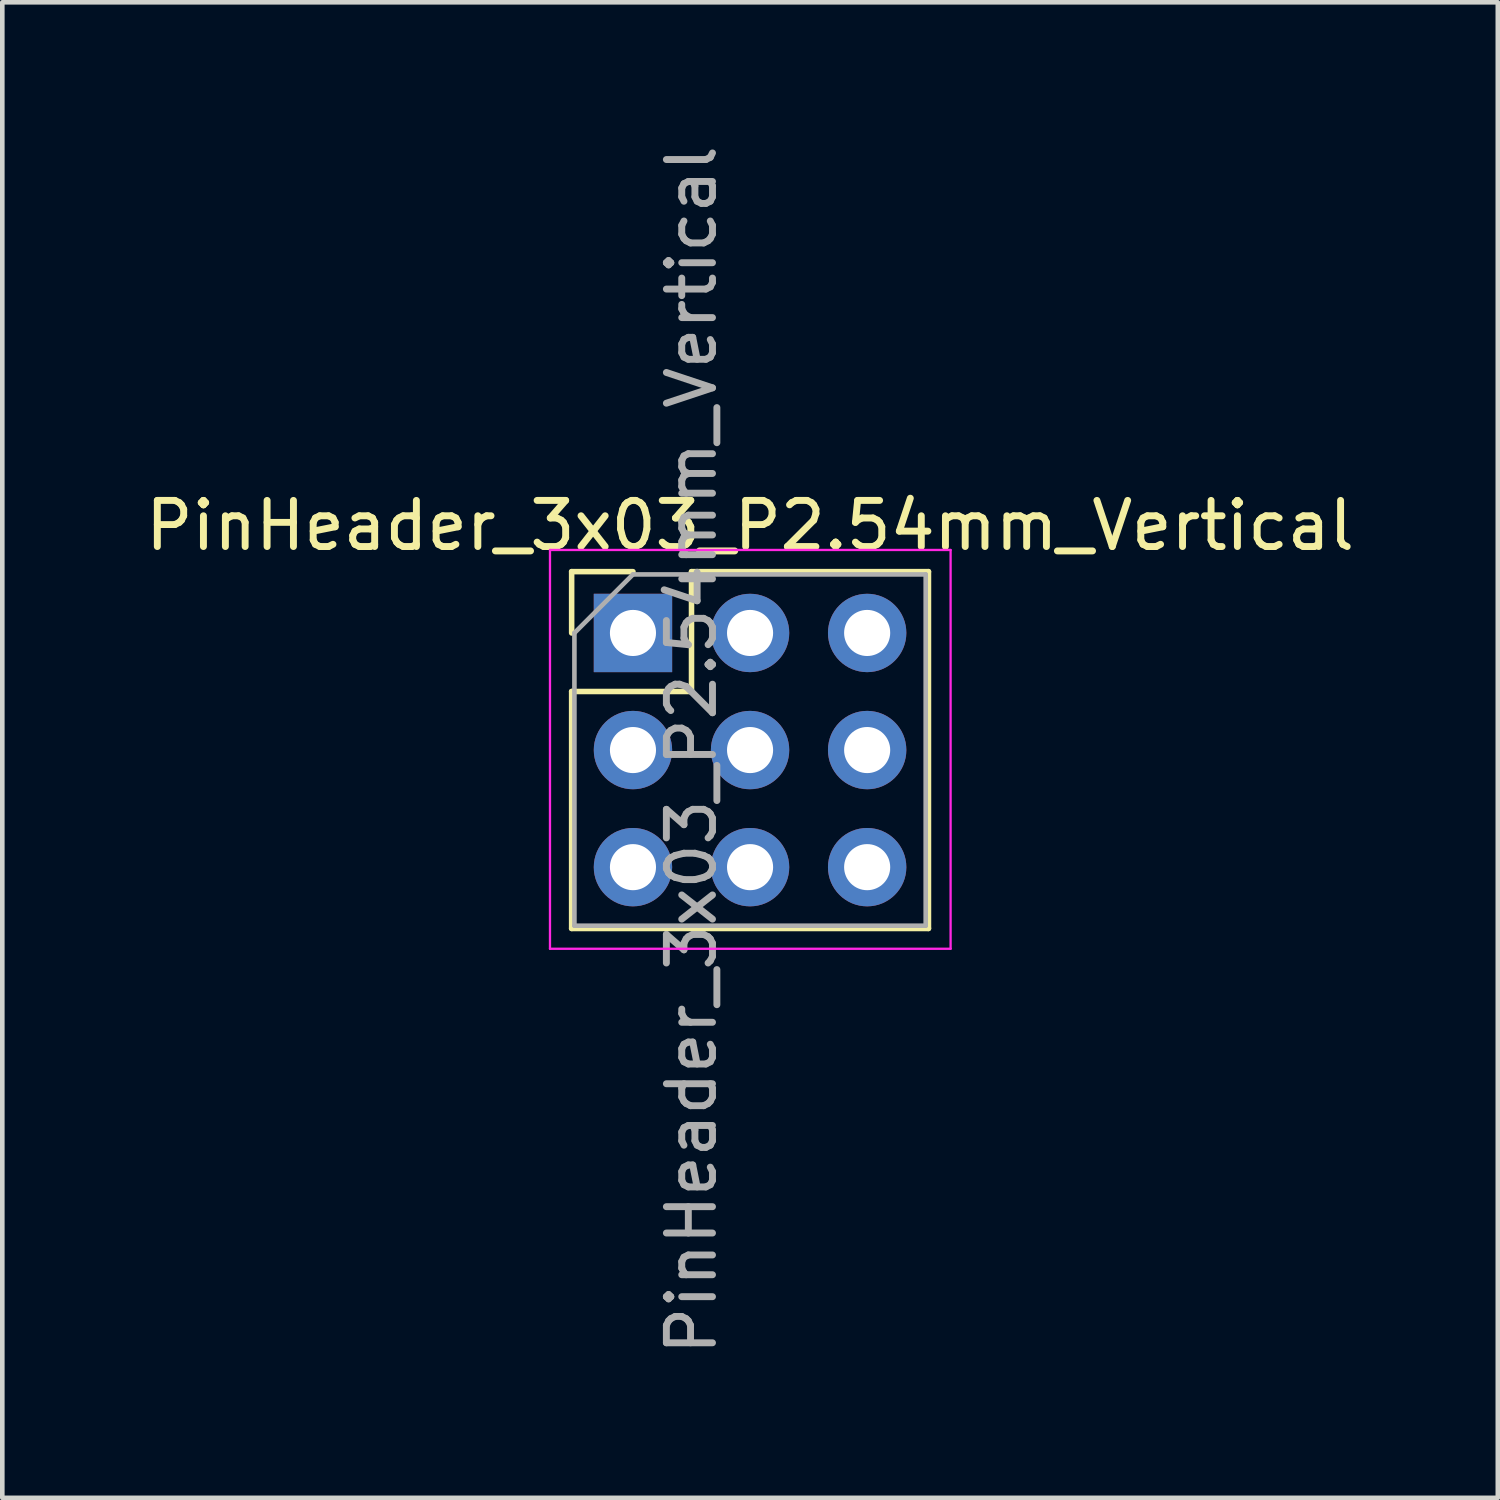
<source format=kicad_pcb>
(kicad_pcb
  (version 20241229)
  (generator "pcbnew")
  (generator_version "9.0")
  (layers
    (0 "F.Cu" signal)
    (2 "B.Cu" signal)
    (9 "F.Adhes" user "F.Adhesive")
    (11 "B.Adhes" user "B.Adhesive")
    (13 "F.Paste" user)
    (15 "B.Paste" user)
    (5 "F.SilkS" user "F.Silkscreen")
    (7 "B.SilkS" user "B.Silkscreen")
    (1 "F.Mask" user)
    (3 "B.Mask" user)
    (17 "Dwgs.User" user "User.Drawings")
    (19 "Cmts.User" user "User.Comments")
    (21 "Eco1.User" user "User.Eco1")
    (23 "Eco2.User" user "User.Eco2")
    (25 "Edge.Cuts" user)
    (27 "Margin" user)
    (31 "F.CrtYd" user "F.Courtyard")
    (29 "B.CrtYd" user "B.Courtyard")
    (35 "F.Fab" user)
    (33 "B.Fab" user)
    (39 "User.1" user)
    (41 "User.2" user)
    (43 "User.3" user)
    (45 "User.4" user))
  (footprint "PinHeader_3x03_P2.54mm_Vertical"
    (layer "F.Cu")
    (at 10.68 10.68)
    (property "Reference" "PinHeader_3x03_P2.54mm_Vertical" (at 2.54 -2.33 0) (layer "F.SilkS") (effects (font (size 1 1) (thickness 0.15))))
    (attr through_hole)
    (fp_line (start -1.33 -1.33) (end 0 -1.33) (stroke (width 0.12) (type solid)) (layer "F.SilkS"))
    (fp_line (start -1.33 0) (end -1.33 -1.33) (stroke (width 0.12) (type solid)) (layer "F.SilkS"))
    (fp_line (start -1.33 1.27) (end -1.33 6.41) (stroke (width 0.12) (type solid)) (layer "F.SilkS"))
    (fp_line (start -1.33 1.27) (end 1.27 1.27) (stroke (width 0.12) (type solid)) (layer "F.SilkS"))
    (fp_line (start -1.33 6.41) (end 6.41 6.41) (stroke (width 0.12) (type solid)) (layer "F.SilkS"))
    (fp_line (start 1.27 -1.33) (end 6.41 -1.33) (stroke (width 0.12) (type solid)) (layer "F.SilkS"))
    (fp_line (start 1.27 1.27) (end 1.27 -1.33) (stroke (width 0.12) (type solid)) (layer "F.SilkS"))
    (fp_line (start 6.41 -1.33) (end 6.41 6.41) (stroke (width 0.12) (type solid)) (layer "F.SilkS"))
    (fp_line (start -1.8 -1.8) (end -1.8 6.85) (stroke (width 0.05) (type solid)) (layer "F.CrtYd"))
    (fp_line (start -1.8 6.85) (end 6.89 6.85) (stroke (width 0.05) (type solid)) (layer "F.CrtYd"))
    (fp_line (start 6.89 -1.8) (end -1.8 -1.8) (stroke (width 0.05) (type solid)) (layer "F.CrtYd"))
    (fp_line (start 6.89 6.85) (end 6.89 -1.8) (stroke (width 0.05) (type solid)) (layer "F.CrtYd"))
    (fp_line (start -1.27 0) (end 0 -1.27) (stroke (width 0.1) (type solid)) (layer "F.Fab"))
    (fp_line (start -1.27 6.35) (end -1.27 0) (stroke (width 0.1) (type solid)) (layer "F.Fab"))
    (fp_line (start 0 -1.27) (end 6.35 -1.27) (stroke (width 0.1) (type solid)) (layer "F.Fab"))
    (fp_line (start 6.35 -1.27) (end 6.35 6.35) (stroke (width 0.1) (type solid)) (layer "F.Fab"))
    (fp_line (start 6.35 6.35) (end -1.27 6.35) (stroke (width 0.1) (type solid)) (layer "F.Fab"))
    (fp_text user "${REFERENCE}" (at 1.27 2.54 90) (layer "F.Fab") (effects (font (size 1 1) (thickness 0.15))))
    (pad "1" thru_hole rect (at 0 0) (size 1.7 1.7) (drill 1) (layers "*.Cu" "*.Mask"))
    (pad "2" thru_hole oval (at 2.54 0) (size 1.7 1.7) (drill 1) (layers "*.Cu" "*.Mask"))
    (pad "3" thru_hole oval (at 5.08 0) (size 1.7 1.7) (drill 1) (layers "*.Cu" "*.Mask"))
    (pad "4" thru_hole oval (at 0 2.54) (size 1.7 1.7) (drill 1) (layers "*.Cu" "*.Mask"))
    (pad "5" thru_hole oval (at 2.54 2.54) (size 1.7 1.7) (drill 1) (layers "*.Cu" "*.Mask"))
    (pad "6" thru_hole oval (at 5.08 2.54) (size 1.7 1.7) (drill 1) (layers "*.Cu" "*.Mask"))
    (pad "7" thru_hole oval (at 0 5.08) (size 1.7 1.7) (drill 1) (layers "*.Cu" "*.Mask"))
    (pad "8" thru_hole oval (at 2.54 5.08) (size 1.7 1.7) (drill 1) (layers "*.Cu" "*.Mask"))
    (pad "9" thru_hole oval (at 5.08 5.08) (size 1.7 1.7) (drill 1) (layers "*.Cu" "*.Mask")))
  (gr_rect
    (start -3 -3)
    (end 29.44 29.44)
    (stroke (width 0.1) (type default))
    (fill no)
    (layer "Edge.Cuts")))
</source>
